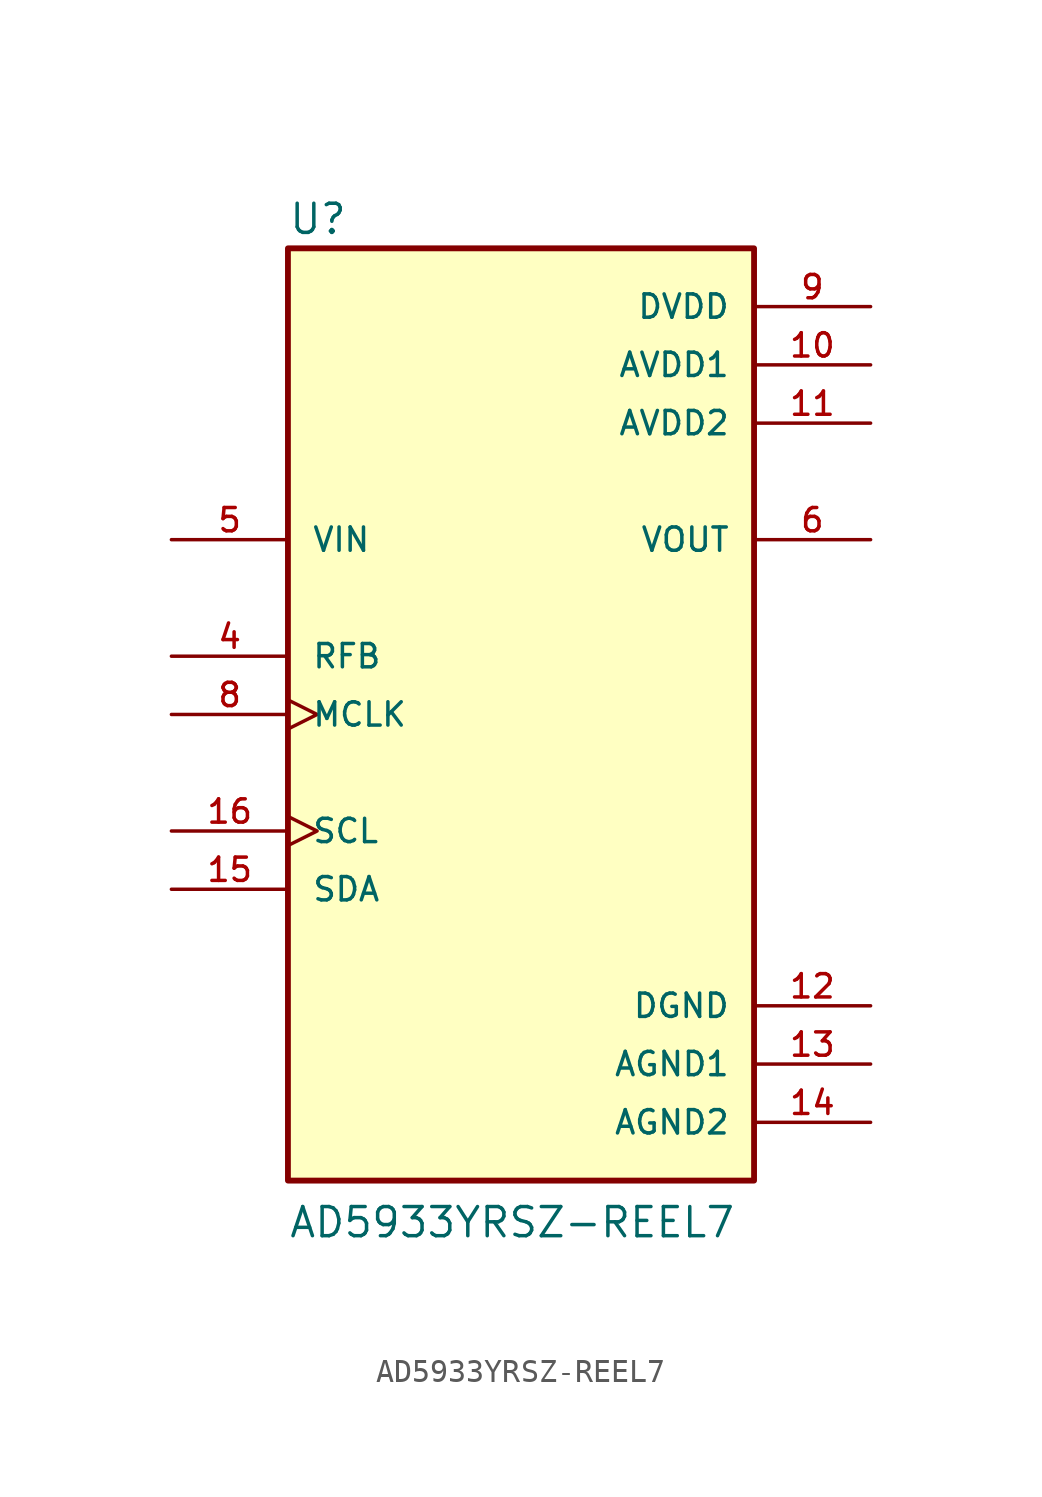
<source format=kicad_sym>
(kicad_symbol_lib
  (version 20211014)
  (generator kicad_symbol_editor)
  (symbol "AD5933YRSZ-REEL7"
    (pin_names
      (offset 1.016))
    (property "Reference" "U"
      (at -10.16 20.853 0)
      (effects (font (size 1.27 1.27)) (justify left bottom)))
    (property "Value" "AD5933YRSZ-REEL7"
      (at -10.16 -22.885 0)
      (effects (font (size 1.27 1.27)) (justify left bottom)))
    (property "ki_locked" ""
      (at 0 0 0)
      (effects (font (size 1.27 1.27))))
    (symbol "AD5933YRSZ-REEL7_0_0"
      (rectangle (start -10.16 -20.32) (end 10.16 20.32) (stroke (width 0.254) (type default) (color 0 0 0 0)) (fill (type background)))
      (pin power_in line (at 15.24 15.24 180) (length 5.08) (name "AVDD1" (effects (font (size 1.016 1.016)))) (number "10" (effects (font (size 1.016 1.016)))))
      (pin power_in line (at 15.24 12.7 180) (length 5.08) (name "AVDD2" (effects (font (size 1.016 1.016)))) (number "11" (effects (font (size 1.016 1.016)))))
      (pin power_in line (at 15.24 -12.7 180) (length 5.08) (name "DGND" (effects (font (size 1.016 1.016)))) (number "12" (effects (font (size 1.016 1.016)))))
      (pin power_in line (at 15.24 -15.24 180) (length 5.08) (name "AGND1" (effects (font (size 1.016 1.016)))) (number "13" (effects (font (size 1.016 1.016)))))
      (pin power_in line (at 15.24 -17.78 180) (length 5.08) (name "AGND2" (effects (font (size 1.016 1.016)))) (number "14" (effects (font (size 1.016 1.016)))))
      (pin bidirectional line (at -15.24 -7.62 0) (length 5.08) (name "SDA" (effects (font (size 1.016 1.016)))) (number "15" (effects (font (size 1.016 1.016)))))
      (pin input clock (at -15.24 -5.08 0) (length 5.08) (name "SCL" (effects (font (size 1.016 1.016)))) (number "16" (effects (font (size 1.016 1.016)))))
      (pin input line (at -15.24 2.54 0) (length 5.08) (name "RFB" (effects (font (size 1.016 1.016)))) (number "4" (effects (font (size 1.016 1.016)))))
      (pin input line (at -15.24 7.62 0) (length 5.08) (name "VIN" (effects (font (size 1.016 1.016)))) (number "5" (effects (font (size 1.016 1.016)))))
      (pin output line (at 15.24 7.62 180) (length 5.08) (name "VOUT" (effects (font (size 1.016 1.016)))) (number "6" (effects (font (size 1.016 1.016)))))
      (pin input clock (at -15.24 0 0) (length 5.08) (name "MCLK" (effects (font (size 1.016 1.016)))) (number "8" (effects (font (size 1.016 1.016)))))
      (pin power_in line (at 15.24 17.78 180) (length 5.08) (name "DVDD" (effects (font (size 1.016 1.016)))) (number "9" (effects (font (size 1.016 1.016))))))))
</source>
